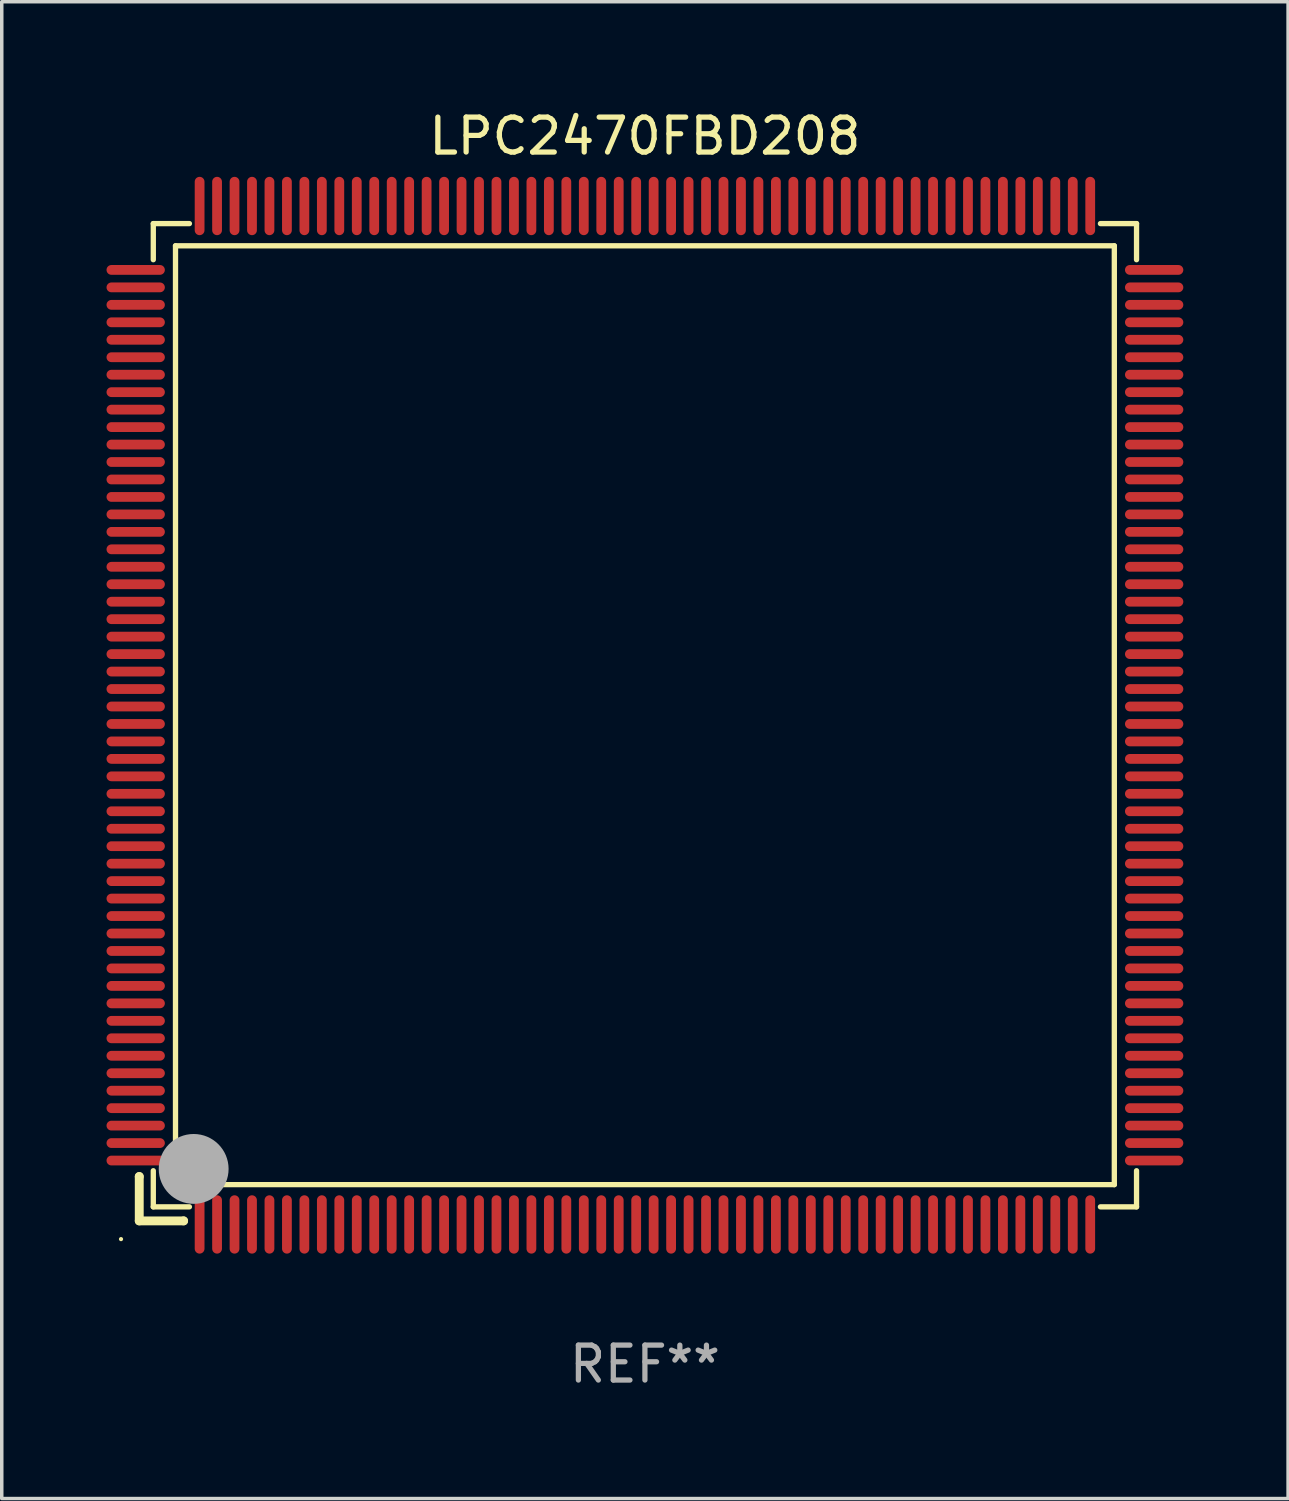
<source format=kicad_pcb>
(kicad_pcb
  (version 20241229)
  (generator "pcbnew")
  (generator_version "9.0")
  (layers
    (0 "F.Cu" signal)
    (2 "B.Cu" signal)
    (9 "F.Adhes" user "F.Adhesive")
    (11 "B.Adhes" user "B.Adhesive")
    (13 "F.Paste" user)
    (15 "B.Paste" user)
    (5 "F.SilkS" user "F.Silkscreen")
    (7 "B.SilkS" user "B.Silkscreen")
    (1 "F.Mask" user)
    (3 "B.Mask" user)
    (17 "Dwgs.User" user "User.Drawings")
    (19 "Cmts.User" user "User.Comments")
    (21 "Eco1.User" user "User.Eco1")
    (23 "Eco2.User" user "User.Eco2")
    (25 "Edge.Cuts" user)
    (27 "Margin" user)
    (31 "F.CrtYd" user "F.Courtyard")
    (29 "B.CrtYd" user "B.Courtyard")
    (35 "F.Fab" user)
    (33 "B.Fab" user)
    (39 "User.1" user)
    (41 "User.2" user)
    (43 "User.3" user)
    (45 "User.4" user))
  (footprint "LPC2470FBD208"
    (layer "F.Cu")
    (at 15.415 17.428)
    (property "Reference" "LPC2470FBD208" (at 0 -16.58 0) (layer "F.SilkS") (effects (font (size 1 1) (thickness 0.15))))
    (attr through_hole)
    (fp_line (start -14.478 13.208) (end -14.478 13.208) (stroke (width 0.254) (type solid)) (layer "F.SilkS"))
    (fp_line (start -14.478 13.208) (end -14.478 14.478) (stroke (width 0.254) (type solid)) (layer "F.SilkS"))
    (fp_line (start -14.478 14.478) (end -13.208 14.478) (stroke (width 0.254) (type solid)) (layer "F.SilkS"))
    (fp_line (start -14.076 -14.076) (end -14.076 -13.042) (stroke (width 0.152) (type solid)) (layer "F.SilkS"))
    (fp_line (start -14.076 14.076) (end -14.076 13.042) (stroke (width 0.152) (type solid)) (layer "F.SilkS"))
    (fp_line (start -13.44 -13.44) (end 13.44 -13.44) (stroke (width 0.152) (type solid)) (layer "F.SilkS"))
    (fp_line (start -13.44 13.44) (end -13.44 -13.44) (stroke (width 0.152) (type solid)) (layer "F.SilkS"))
    (fp_line (start -13.208 14.478) (end -13.208 14.478) (stroke (width 0.254) (type solid)) (layer "F.SilkS"))
    (fp_line (start -13.042 -14.076) (end -14.076 -14.076) (stroke (width 0.152) (type solid)) (layer "F.SilkS"))
    (fp_line (start -13.042 14.076) (end -14.076 14.076) (stroke (width 0.152) (type solid)) (layer "F.SilkS"))
    (fp_line (start 13.042 -14.076) (end 14.076 -14.076) (stroke (width 0.152) (type solid)) (layer "F.SilkS"))
    (fp_line (start 13.042 14.076) (end 14.076 14.076) (stroke (width 0.152) (type solid)) (layer "F.SilkS"))
    (fp_line (start 13.44 -13.44) (end 13.44 13.44) (stroke (width 0.152) (type solid)) (layer "F.SilkS"))
    (fp_line (start 13.44 13.44) (end -13.44 13.44) (stroke (width 0.152) (type solid)) (layer "F.SilkS"))
    (fp_line (start 14.076 -14.076) (end 14.076 -13.042) (stroke (width 0.152) (type solid)) (layer "F.SilkS"))
    (fp_line (start 14.076 14.076) (end 14.076 13.042) (stroke (width 0.152) (type solid)) (layer "F.SilkS"))
    (fp_circle (center -15 15) (end -14.97 15) (stroke (width 0.06) (type solid)) (fill no) (layer "F.SilkS"))
    (fp_circle (center -13.138 13.138) (end -13.063 13.138) (stroke (width 0.15) (type solid)) (fill no) (layer "F.SilkS"))
    (fp_circle (center -12.92 12.99) (end -12.42 12.99) (stroke (width 1) (type solid)) (fill no) (layer "F.Fab"))
    (fp_text user "REF**" (at 0 18.58 0) (layer "F.Fab") (effects (font (size 1 1) (thickness 0.15))))
    (pad "1" smd oval (at -12.75 14.58) (size 0.28 1.67) (layers "F.Cu" "F.Mask" "F.Paste"))
    (pad "2" smd oval (at -12.25 14.58) (size 0.28 1.67) (layers "F.Cu" "F.Mask" "F.Paste"))
    (pad "3" smd oval (at -11.75 14.58) (size 0.28 1.67) (layers "F.Cu" "F.Mask" "F.Paste"))
    (pad "4" smd oval (at -11.25 14.58) (size 0.28 1.67) (layers "F.Cu" "F.Mask" "F.Paste"))
    (pad "5" smd oval (at -10.75 14.58) (size 0.28 1.67) (layers "F.Cu" "F.Mask" "F.Paste"))
    (pad "6" smd oval (at -10.25 14.58) (size 0.28 1.67) (layers "F.Cu" "F.Mask" "F.Paste"))
    (pad "7" smd oval (at -9.75 14.58) (size 0.28 1.67) (layers "F.Cu" "F.Mask" "F.Paste"))
    (pad "8" smd oval (at -9.25 14.58) (size 0.28 1.67) (layers "F.Cu" "F.Mask" "F.Paste"))
    (pad "9" smd oval (at -8.75 14.58) (size 0.28 1.67) (layers "F.Cu" "F.Mask" "F.Paste"))
    (pad "10" smd oval (at -8.25 14.58) (size 0.28 1.67) (layers "F.Cu" "F.Mask" "F.Paste"))
    (pad "11" smd oval (at -7.75 14.58) (size 0.28 1.67) (layers "F.Cu" "F.Mask" "F.Paste"))
    (pad "12" smd oval (at -7.25 14.58) (size 0.28 1.67) (layers "F.Cu" "F.Mask" "F.Paste"))
    (pad "13" smd oval (at -6.75 14.58) (size 0.28 1.67) (layers "F.Cu" "F.Mask" "F.Paste"))
    (pad "14" smd oval (at -6.25 14.58) (size 0.28 1.67) (layers "F.Cu" "F.Mask" "F.Paste"))
    (pad "15" smd oval (at -5.75 14.58) (size 0.28 1.67) (layers "F.Cu" "F.Mask" "F.Paste"))
    (pad "16" smd oval (at -5.25 14.58) (size 0.28 1.67) (layers "F.Cu" "F.Mask" "F.Paste"))
    (pad "17" smd oval (at -4.75 14.58) (size 0.28 1.67) (layers "F.Cu" "F.Mask" "F.Paste"))
    (pad "18" smd oval (at -4.25 14.58) (size 0.28 1.67) (layers "F.Cu" "F.Mask" "F.Paste"))
    (pad "19" smd oval (at -3.75 14.58) (size 0.28 1.67) (layers "F.Cu" "F.Mask" "F.Paste"))
    (pad "20" smd oval (at -3.25 14.58) (size 0.28 1.67) (layers "F.Cu" "F.Mask" "F.Paste"))
    (pad "21" smd oval (at -2.75 14.58) (size 0.28 1.67) (layers "F.Cu" "F.Mask" "F.Paste"))
    (pad "22" smd oval (at -2.25 14.58) (size 0.28 1.67) (layers "F.Cu" "F.Mask" "F.Paste"))
    (pad "23" smd oval (at -1.75 14.58) (size 0.28 1.67) (layers "F.Cu" "F.Mask" "F.Paste"))
    (pad "24" smd oval (at -1.25 14.58) (size 0.28 1.67) (layers "F.Cu" "F.Mask" "F.Paste"))
    (pad "25" smd oval (at -0.75 14.58) (size 0.28 1.67) (layers "F.Cu" "F.Mask" "F.Paste"))
    (pad "26" smd oval (at -0.25 14.58) (size 0.28 1.67) (layers "F.Cu" "F.Mask" "F.Paste"))
    (pad "27" smd oval (at 0.25 14.58) (size 0.28 1.67) (layers "F.Cu" "F.Mask" "F.Paste"))
    (pad "28" smd oval (at 0.75 14.58) (size 0.28 1.67) (layers "F.Cu" "F.Mask" "F.Paste"))
    (pad "29" smd oval (at 1.25 14.58) (size 0.28 1.67) (layers "F.Cu" "F.Mask" "F.Paste"))
    (pad "30" smd oval (at 1.75 14.58) (size 0.28 1.67) (layers "F.Cu" "F.Mask" "F.Paste"))
    (pad "31" smd oval (at 2.25 14.58) (size 0.28 1.67) (layers "F.Cu" "F.Mask" "F.Paste"))
    (pad "32" smd oval (at 2.75 14.58) (size 0.28 1.67) (layers "F.Cu" "F.Mask" "F.Paste"))
    (pad "33" smd oval (at 3.25 14.58) (size 0.28 1.67) (layers "F.Cu" "F.Mask" "F.Paste"))
    (pad "34" smd oval (at 3.75 14.58) (size 0.28 1.67) (layers "F.Cu" "F.Mask" "F.Paste"))
    (pad "35" smd oval (at 4.25 14.58) (size 0.28 1.67) (layers "F.Cu" "F.Mask" "F.Paste"))
    (pad "36" smd oval (at 4.75 14.58) (size 0.28 1.67) (layers "F.Cu" "F.Mask" "F.Paste"))
    (pad "37" smd oval (at 5.25 14.58) (size 0.28 1.67) (layers "F.Cu" "F.Mask" "F.Paste"))
    (pad "38" smd oval (at 5.75 14.58) (size 0.28 1.67) (layers "F.Cu" "F.Mask" "F.Paste"))
    (pad "39" smd oval (at 6.25 14.58) (size 0.28 1.67) (layers "F.Cu" "F.Mask" "F.Paste"))
    (pad "40" smd oval (at 6.75 14.58) (size 0.28 1.67) (layers "F.Cu" "F.Mask" "F.Paste"))
    (pad "41" smd oval (at 7.25 14.58) (size 0.28 1.67) (layers "F.Cu" "F.Mask" "F.Paste"))
    (pad "42" smd oval (at 7.75 14.58) (size 0.28 1.67) (layers "F.Cu" "F.Mask" "F.Paste"))
    (pad "43" smd oval (at 8.25 14.58) (size 0.28 1.67) (layers "F.Cu" "F.Mask" "F.Paste"))
    (pad "44" smd oval (at 8.75 14.58) (size 0.28 1.67) (layers "F.Cu" "F.Mask" "F.Paste"))
    (pad "45" smd oval (at 9.25 14.58) (size 0.28 1.67) (layers "F.Cu" "F.Mask" "F.Paste"))
    (pad "46" smd oval (at 9.75 14.58) (size 0.28 1.67) (layers "F.Cu" "F.Mask" "F.Paste"))
    (pad "47" smd oval (at 10.25 14.58) (size 0.28 1.67) (layers "F.Cu" "F.Mask" "F.Paste"))
    (pad "48" smd oval (at 10.75 14.58) (size 0.28 1.67) (layers "F.Cu" "F.Mask" "F.Paste"))
    (pad "49" smd oval (at 11.25 14.58) (size 0.28 1.67) (layers "F.Cu" "F.Mask" "F.Paste"))
    (pad "50" smd oval (at 11.75 14.58) (size 0.28 1.67) (layers "F.Cu" "F.Mask" "F.Paste"))
    (pad "51" smd oval (at 12.25 14.58) (size 0.28 1.67) (layers "F.Cu" "F.Mask" "F.Paste"))
    (pad "52" smd oval (at 12.75 14.58) (size 0.28 1.67) (layers "F.Cu" "F.Mask" "F.Paste"))
    (pad "53" smd oval (at 14.58 12.75) (size 1.67 0.28) (layers "F.Cu" "F.Mask" "F.Paste"))
    (pad "54" smd oval (at 14.58 12.25) (size 1.67 0.28) (layers "F.Cu" "F.Mask" "F.Paste"))
    (pad "55" smd oval (at 14.58 11.75) (size 1.67 0.28) (layers "F.Cu" "F.Mask" "F.Paste"))
    (pad "56" smd oval (at 14.58 11.25) (size 1.67 0.28) (layers "F.Cu" "F.Mask" "F.Paste"))
    (pad "57" smd oval (at 14.58 10.75) (size 1.67 0.28) (layers "F.Cu" "F.Mask" "F.Paste"))
    (pad "58" smd oval (at 14.58 10.25) (size 1.67 0.28) (layers "F.Cu" "F.Mask" "F.Paste"))
    (pad "59" smd oval (at 14.58 9.75) (size 1.67 0.28) (layers "F.Cu" "F.Mask" "F.Paste"))
    (pad "60" smd oval (at 14.58 9.25) (size 1.67 0.28) (layers "F.Cu" "F.Mask" "F.Paste"))
    (pad "61" smd oval (at 14.58 8.75) (size 1.67 0.28) (layers "F.Cu" "F.Mask" "F.Paste"))
    (pad "62" smd oval (at 14.58 8.25) (size 1.67 0.28) (layers "F.Cu" "F.Mask" "F.Paste"))
    (pad "63" smd oval (at 14.58 7.75) (size 1.67 0.28) (layers "F.Cu" "F.Mask" "F.Paste"))
    (pad "64" smd oval (at 14.58 7.25) (size 1.67 0.28) (layers "F.Cu" "F.Mask" "F.Paste"))
    (pad "65" smd oval (at 14.58 6.75) (size 1.67 0.28) (layers "F.Cu" "F.Mask" "F.Paste"))
    (pad "66" smd oval (at 14.58 6.25) (size 1.67 0.28) (layers "F.Cu" "F.Mask" "F.Paste"))
    (pad "67" smd oval (at 14.58 5.75) (size 1.67 0.28) (layers "F.Cu" "F.Mask" "F.Paste"))
    (pad "68" smd oval (at 14.58 5.25) (size 1.67 0.28) (layers "F.Cu" "F.Mask" "F.Paste"))
    (pad "69" smd oval (at 14.58 4.75) (size 1.67 0.28) (layers "F.Cu" "F.Mask" "F.Paste"))
    (pad "70" smd oval (at 14.58 4.25) (size 1.67 0.28) (layers "F.Cu" "F.Mask" "F.Paste"))
    (pad "71" smd oval (at 14.58 3.75) (size 1.67 0.28) (layers "F.Cu" "F.Mask" "F.Paste"))
    (pad "72" smd oval (at 14.58 3.25) (size 1.67 0.28) (layers "F.Cu" "F.Mask" "F.Paste"))
    (pad "73" smd oval (at 14.58 2.75) (size 1.67 0.28) (layers "F.Cu" "F.Mask" "F.Paste"))
    (pad "74" smd oval (at 14.58 2.25) (size 1.67 0.28) (layers "F.Cu" "F.Mask" "F.Paste"))
    (pad "75" smd oval (at 14.58 1.75) (size 1.67 0.28) (layers "F.Cu" "F.Mask" "F.Paste"))
    (pad "76" smd oval (at 14.58 1.25) (size 1.67 0.28) (layers "F.Cu" "F.Mask" "F.Paste"))
    (pad "77" smd oval (at 14.58 0.75) (size 1.67 0.28) (layers "F.Cu" "F.Mask" "F.Paste"))
    (pad "78" smd oval (at 14.58 0.25) (size 1.67 0.28) (layers "F.Cu" "F.Mask" "F.Paste"))
    (pad "79" smd oval (at 14.58 -0.25) (size 1.67 0.28) (layers "F.Cu" "F.Mask" "F.Paste"))
    (pad "80" smd oval (at 14.58 -0.75) (size 1.67 0.28) (layers "F.Cu" "F.Mask" "F.Paste"))
    (pad "81" smd oval (at 14.58 -1.25) (size 1.67 0.28) (layers "F.Cu" "F.Mask" "F.Paste"))
    (pad "82" smd oval (at 14.58 -1.75) (size 1.67 0.28) (layers "F.Cu" "F.Mask" "F.Paste"))
    (pad "83" smd oval (at 14.58 -2.25) (size 1.67 0.28) (layers "F.Cu" "F.Mask" "F.Paste"))
    (pad "84" smd oval (at 14.58 -2.75) (size 1.67 0.28) (layers "F.Cu" "F.Mask" "F.Paste"))
    (pad "85" smd oval (at 14.58 -3.25) (size 1.67 0.28) (layers "F.Cu" "F.Mask" "F.Paste"))
    (pad "86" smd oval (at 14.58 -3.75) (size 1.67 0.28) (layers "F.Cu" "F.Mask" "F.Paste"))
    (pad "87" smd oval (at 14.58 -4.25) (size 1.67 0.28) (layers "F.Cu" "F.Mask" "F.Paste"))
    (pad "88" smd oval (at 14.58 -4.75) (size 1.67 0.28) (layers "F.Cu" "F.Mask" "F.Paste"))
    (pad "89" smd oval (at 14.58 -5.25) (size 1.67 0.28) (layers "F.Cu" "F.Mask" "F.Paste"))
    (pad "90" smd oval (at 14.58 -5.75) (size 1.67 0.28) (layers "F.Cu" "F.Mask" "F.Paste"))
    (pad "91" smd oval (at 14.58 -6.25) (size 1.67 0.28) (layers "F.Cu" "F.Mask" "F.Paste"))
    (pad "92" smd oval (at 14.58 -6.75) (size 1.67 0.28) (layers "F.Cu" "F.Mask" "F.Paste"))
    (pad "93" smd oval (at 14.58 -7.25) (size 1.67 0.28) (layers "F.Cu" "F.Mask" "F.Paste"))
    (pad "94" smd oval (at 14.58 -7.75) (size 1.67 0.28) (layers "F.Cu" "F.Mask" "F.Paste"))
    (pad "95" smd oval (at 14.58 -8.25) (size 1.67 0.28) (layers "F.Cu" "F.Mask" "F.Paste"))
    (pad "96" smd oval (at 14.58 -8.75) (size 1.67 0.28) (layers "F.Cu" "F.Mask" "F.Paste"))
    (pad "97" smd oval (at 14.58 -9.25) (size 1.67 0.28) (layers "F.Cu" "F.Mask" "F.Paste"))
    (pad "98" smd oval (at 14.58 -9.75) (size 1.67 0.28) (layers "F.Cu" "F.Mask" "F.Paste"))
    (pad "99" smd oval (at 14.58 -10.25) (size 1.67 0.28) (layers "F.Cu" "F.Mask" "F.Paste"))
    (pad "100" smd oval (at 14.58 -10.75) (size 1.67 0.28) (layers "F.Cu" "F.Mask" "F.Paste"))
    (pad "101" smd oval (at 14.58 -11.25) (size 1.67 0.28) (layers "F.Cu" "F.Mask" "F.Paste"))
    (pad "102" smd oval (at 14.58 -11.75) (size 1.67 0.28) (layers "F.Cu" "F.Mask" "F.Paste"))
    (pad "103" smd oval (at 14.58 -12.25) (size 1.67 0.28) (layers "F.Cu" "F.Mask" "F.Paste"))
    (pad "104" smd oval (at 14.58 -12.75) (size 1.67 0.28) (layers "F.Cu" "F.Mask" "F.Paste"))
    (pad "105" smd oval (at 12.75 -14.58) (size 0.28 1.67) (layers "F.Cu" "F.Mask" "F.Paste"))
    (pad "106" smd oval (at 12.25 -14.58) (size 0.28 1.67) (layers "F.Cu" "F.Mask" "F.Paste"))
    (pad "107" smd oval (at 11.75 -14.58) (size 0.28 1.67) (layers "F.Cu" "F.Mask" "F.Paste"))
    (pad "108" smd oval (at 11.25 -14.58) (size 0.28 1.67) (layers "F.Cu" "F.Mask" "F.Paste"))
    (pad "109" smd oval (at 10.75 -14.58) (size 0.28 1.67) (layers "F.Cu" "F.Mask" "F.Paste"))
    (pad "110" smd oval (at 10.25 -14.58) (size 0.28 1.67) (layers "F.Cu" "F.Mask" "F.Paste"))
    (pad "111" smd oval (at 9.75 -14.58) (size 0.28 1.67) (layers "F.Cu" "F.Mask" "F.Paste"))
    (pad "112" smd oval (at 9.25 -14.58) (size 0.28 1.67) (layers "F.Cu" "F.Mask" "F.Paste"))
    (pad "113" smd oval (at 8.75 -14.58) (size 0.28 1.67) (layers "F.Cu" "F.Mask" "F.Paste"))
    (pad "114" smd oval (at 8.25 -14.58) (size 0.28 1.67) (layers "F.Cu" "F.Mask" "F.Paste"))
    (pad "115" smd oval (at 7.75 -14.58) (size 0.28 1.67) (layers "F.Cu" "F.Mask" "F.Paste"))
    (pad "116" smd oval (at 7.25 -14.58) (size 0.28 1.67) (layers "F.Cu" "F.Mask" "F.Paste"))
    (pad "117" smd oval (at 6.75 -14.58) (size 0.28 1.67) (layers "F.Cu" "F.Mask" "F.Paste"))
    (pad "118" smd oval (at 6.25 -14.58) (size 0.28 1.67) (layers "F.Cu" "F.Mask" "F.Paste"))
    (pad "119" smd oval (at 5.75 -14.58) (size 0.28 1.67) (layers "F.Cu" "F.Mask" "F.Paste"))
    (pad "120" smd oval (at 5.25 -14.58) (size 0.28 1.67) (layers "F.Cu" "F.Mask" "F.Paste"))
    (pad "121" smd oval (at 4.75 -14.58) (size 0.28 1.67) (layers "F.Cu" "F.Mask" "F.Paste"))
    (pad "122" smd oval (at 4.25 -14.58) (size 0.28 1.67) (layers "F.Cu" "F.Mask" "F.Paste"))
    (pad "123" smd oval (at 3.75 -14.58) (size 0.28 1.67) (layers "F.Cu" "F.Mask" "F.Paste"))
    (pad "124" smd oval (at 3.25 -14.58) (size 0.28 1.67) (layers "F.Cu" "F.Mask" "F.Paste"))
    (pad "125" smd oval (at 2.75 -14.58) (size 0.28 1.67) (layers "F.Cu" "F.Mask" "F.Paste"))
    (pad "126" smd oval (at 2.25 -14.58) (size 0.28 1.67) (layers "F.Cu" "F.Mask" "F.Paste"))
    (pad "127" smd oval (at 1.75 -14.58) (size 0.28 1.67) (layers "F.Cu" "F.Mask" "F.Paste"))
    (pad "128" smd oval (at 1.25 -14.58) (size 0.28 1.67) (layers "F.Cu" "F.Mask" "F.Paste"))
    (pad "129" smd oval (at 0.75 -14.58) (size 0.28 1.67) (layers "F.Cu" "F.Mask" "F.Paste"))
    (pad "130" smd oval (at 0.25 -14.58) (size 0.28 1.67) (layers "F.Cu" "F.Mask" "F.Paste"))
    (pad "131" smd oval (at -0.25 -14.58) (size 0.28 1.67) (layers "F.Cu" "F.Mask" "F.Paste"))
    (pad "132" smd oval (at -0.75 -14.58) (size 0.28 1.67) (layers "F.Cu" "F.Mask" "F.Paste"))
    (pad "133" smd oval (at -1.25 -14.58) (size 0.28 1.67) (layers "F.Cu" "F.Mask" "F.Paste"))
    (pad "134" smd oval (at -1.75 -14.58) (size 0.28 1.67) (layers "F.Cu" "F.Mask" "F.Paste"))
    (pad "135" smd oval (at -2.25 -14.58) (size 0.28 1.67) (layers "F.Cu" "F.Mask" "F.Paste"))
    (pad "136" smd oval (at -2.75 -14.58) (size 0.28 1.67) (layers "F.Cu" "F.Mask" "F.Paste"))
    (pad "137" smd oval (at -3.25 -14.58) (size 0.28 1.67) (layers "F.Cu" "F.Mask" "F.Paste"))
    (pad "138" smd oval (at -3.75 -14.58) (size 0.28 1.67) (layers "F.Cu" "F.Mask" "F.Paste"))
    (pad "139" smd oval (at -4.25 -14.58) (size 0.28 1.67) (layers "F.Cu" "F.Mask" "F.Paste"))
    (pad "140" smd oval (at -4.75 -14.58) (size 0.28 1.67) (layers "F.Cu" "F.Mask" "F.Paste"))
    (pad "141" smd oval (at -5.25 -14.58) (size 0.28 1.67) (layers "F.Cu" "F.Mask" "F.Paste"))
    (pad "142" smd oval (at -5.75 -14.58) (size 0.28 1.67) (layers "F.Cu" "F.Mask" "F.Paste"))
    (pad "143" smd oval (at -6.25 -14.58) (size 0.28 1.67) (layers "F.Cu" "F.Mask" "F.Paste"))
    (pad "144" smd oval (at -6.75 -14.58) (size 0.28 1.67) (layers "F.Cu" "F.Mask" "F.Paste"))
    (pad "145" smd oval (at -7.25 -14.58) (size 0.28 1.67) (layers "F.Cu" "F.Mask" "F.Paste"))
    (pad "146" smd oval (at -7.75 -14.58) (size 0.28 1.67) (layers "F.Cu" "F.Mask" "F.Paste"))
    (pad "147" smd oval (at -8.25 -14.58) (size 0.28 1.67) (layers "F.Cu" "F.Mask" "F.Paste"))
    (pad "148" smd oval (at -8.75 -14.58) (size 0.28 1.67) (layers "F.Cu" "F.Mask" "F.Paste"))
    (pad "149" smd oval (at -9.25 -14.58) (size 0.28 1.67) (layers "F.Cu" "F.Mask" "F.Paste"))
    (pad "150" smd oval (at -9.75 -14.58) (size 0.28 1.67) (layers "F.Cu" "F.Mask" "F.Paste"))
    (pad "151" smd oval (at -10.25 -14.58) (size 0.28 1.67) (layers "F.Cu" "F.Mask" "F.Paste"))
    (pad "152" smd oval (at -10.75 -14.58) (size 0.28 1.67) (layers "F.Cu" "F.Mask" "F.Paste"))
    (pad "153" smd oval (at -11.25 -14.58) (size 0.28 1.67) (layers "F.Cu" "F.Mask" "F.Paste"))
    (pad "154" smd oval (at -11.75 -14.58) (size 0.28 1.67) (layers "F.Cu" "F.Mask" "F.Paste"))
    (pad "155" smd oval (at -12.25 -14.58) (size 0.28 1.67) (layers "F.Cu" "F.Mask" "F.Paste"))
    (pad "156" smd oval (at -12.75 -14.58) (size 0.28 1.67) (layers "F.Cu" "F.Mask" "F.Paste"))
    (pad "157" smd oval (at -14.58 -12.75) (size 1.67 0.28) (layers "F.Cu" "F.Mask" "F.Paste"))
    (pad "158" smd oval (at -14.58 -12.25) (size 1.67 0.28) (layers "F.Cu" "F.Mask" "F.Paste"))
    (pad "159" smd oval (at -14.58 -11.75) (size 1.67 0.28) (layers "F.Cu" "F.Mask" "F.Paste"))
    (pad "160" smd oval (at -14.58 -11.25) (size 1.67 0.28) (layers "F.Cu" "F.Mask" "F.Paste"))
    (pad "161" smd oval (at -14.58 -10.75) (size 1.67 0.28) (layers "F.Cu" "F.Mask" "F.Paste"))
    (pad "162" smd oval (at -14.58 -10.25) (size 1.67 0.28) (layers "F.Cu" "F.Mask" "F.Paste"))
    (pad "163" smd oval (at -14.58 -9.75) (size 1.67 0.28) (layers "F.Cu" "F.Mask" "F.Paste"))
    (pad "164" smd oval (at -14.58 -9.25) (size 1.67 0.28) (layers "F.Cu" "F.Mask" "F.Paste"))
    (pad "165" smd oval (at -14.58 -8.75) (size 1.67 0.28) (layers "F.Cu" "F.Mask" "F.Paste"))
    (pad "166" smd oval (at -14.58 -8.25) (size 1.67 0.28) (layers "F.Cu" "F.Mask" "F.Paste"))
    (pad "167" smd oval (at -14.58 -7.75) (size 1.67 0.28) (layers "F.Cu" "F.Mask" "F.Paste"))
    (pad "168" smd oval (at -14.58 -7.25) (size 1.67 0.28) (layers "F.Cu" "F.Mask" "F.Paste"))
    (pad "169" smd oval (at -14.58 -6.75) (size 1.67 0.28) (layers "F.Cu" "F.Mask" "F.Paste"))
    (pad "170" smd oval (at -14.58 -6.25) (size 1.67 0.28) (layers "F.Cu" "F.Mask" "F.Paste"))
    (pad "171" smd oval (at -14.58 -5.75) (size 1.67 0.28) (layers "F.Cu" "F.Mask" "F.Paste"))
    (pad "172" smd oval (at -14.58 -5.25) (size 1.67 0.28) (layers "F.Cu" "F.Mask" "F.Paste"))
    (pad "173" smd oval (at -14.58 -4.75) (size 1.67 0.28) (layers "F.Cu" "F.Mask" "F.Paste"))
    (pad "174" smd oval (at -14.58 -4.25) (size 1.67 0.28) (layers "F.Cu" "F.Mask" "F.Paste"))
    (pad "175" smd oval (at -14.58 -3.75) (size 1.67 0.28) (layers "F.Cu" "F.Mask" "F.Paste"))
    (pad "176" smd oval (at -14.58 -3.25) (size 1.67 0.28) (layers "F.Cu" "F.Mask" "F.Paste"))
    (pad "177" smd oval (at -14.58 -2.75) (size 1.67 0.28) (layers "F.Cu" "F.Mask" "F.Paste"))
    (pad "178" smd oval (at -14.58 -2.25) (size 1.67 0.28) (layers "F.Cu" "F.Mask" "F.Paste"))
    (pad "179" smd oval (at -14.58 -1.75) (size 1.67 0.28) (layers "F.Cu" "F.Mask" "F.Paste"))
    (pad "180" smd oval (at -14.58 -1.25) (size 1.67 0.28) (layers "F.Cu" "F.Mask" "F.Paste"))
    (pad "181" smd oval (at -14.58 -0.75) (size 1.67 0.28) (layers "F.Cu" "F.Mask" "F.Paste"))
    (pad "182" smd oval (at -14.58 -0.25) (size 1.67 0.28) (layers "F.Cu" "F.Mask" "F.Paste"))
    (pad "183" smd oval (at -14.58 0.25) (size 1.67 0.28) (layers "F.Cu" "F.Mask" "F.Paste"))
    (pad "184" smd oval (at -14.58 0.75) (size 1.67 0.28) (layers "F.Cu" "F.Mask" "F.Paste"))
    (pad "185" smd oval (at -14.58 1.25) (size 1.67 0.28) (layers "F.Cu" "F.Mask" "F.Paste"))
    (pad "186" smd oval (at -14.58 1.75) (size 1.67 0.28) (layers "F.Cu" "F.Mask" "F.Paste"))
    (pad "187" smd oval (at -14.58 2.25) (size 1.67 0.28) (layers "F.Cu" "F.Mask" "F.Paste"))
    (pad "188" smd oval (at -14.58 2.75) (size 1.67 0.28) (layers "F.Cu" "F.Mask" "F.Paste"))
    (pad "189" smd oval (at -14.58 3.25) (size 1.67 0.28) (layers "F.Cu" "F.Mask" "F.Paste"))
    (pad "190" smd oval (at -14.58 3.75) (size 1.67 0.28) (layers "F.Cu" "F.Mask" "F.Paste"))
    (pad "191" smd oval (at -14.58 4.25) (size 1.67 0.28) (layers "F.Cu" "F.Mask" "F.Paste"))
    (pad "192" smd oval (at -14.58 4.75) (size 1.67 0.28) (layers "F.Cu" "F.Mask" "F.Paste"))
    (pad "193" smd oval (at -14.58 5.25) (size 1.67 0.28) (layers "F.Cu" "F.Mask" "F.Paste"))
    (pad "194" smd oval (at -14.58 5.75) (size 1.67 0.28) (layers "F.Cu" "F.Mask" "F.Paste"))
    (pad "195" smd oval (at -14.58 6.25) (size 1.67 0.28) (layers "F.Cu" "F.Mask" "F.Paste"))
    (pad "196" smd oval (at -14.58 6.75) (size 1.67 0.28) (layers "F.Cu" "F.Mask" "F.Paste"))
    (pad "197" smd oval (at -14.58 7.25) (size 1.67 0.28) (layers "F.Cu" "F.Mask" "F.Paste"))
    (pad "198" smd oval (at -14.58 7.75) (size 1.67 0.28) (layers "F.Cu" "F.Mask" "F.Paste"))
    (pad "199" smd oval (at -14.58 8.25) (size 1.67 0.28) (layers "F.Cu" "F.Mask" "F.Paste"))
    (pad "200" smd oval (at -14.58 8.75) (size 1.67 0.28) (layers "F.Cu" "F.Mask" "F.Paste"))
    (pad "201" smd oval (at -14.58 9.25) (size 1.67 0.28) (layers "F.Cu" "F.Mask" "F.Paste"))
    (pad "202" smd oval (at -14.58 9.75) (size 1.67 0.28) (layers "F.Cu" "F.Mask" "F.Paste"))
    (pad "203" smd oval (at -14.58 10.25) (size 1.67 0.28) (layers "F.Cu" "F.Mask" "F.Paste"))
    (pad "204" smd oval (at -14.58 10.75) (size 1.67 0.28) (layers "F.Cu" "F.Mask" "F.Paste"))
    (pad "205" smd oval (at -14.58 11.25) (size 1.67 0.28) (layers "F.Cu" "F.Mask" "F.Paste"))
    (pad "206" smd oval (at -14.58 11.75) (size 1.67 0.28) (layers "F.Cu" "F.Mask" "F.Paste"))
    (pad "207" smd oval (at -14.58 12.25) (size 1.67 0.28) (layers "F.Cu" "F.Mask" "F.Paste"))
    (pad "208" smd oval (at -14.58 12.75) (size 1.67 0.28) (layers "F.Cu" "F.Mask" "F.Paste")))
  (gr_rect
    (start -3 -3)
    (end 33.83 39.856)
    (stroke (width 0.1) (type default))
    (fill no)
    (layer "Edge.Cuts")))
</source>
